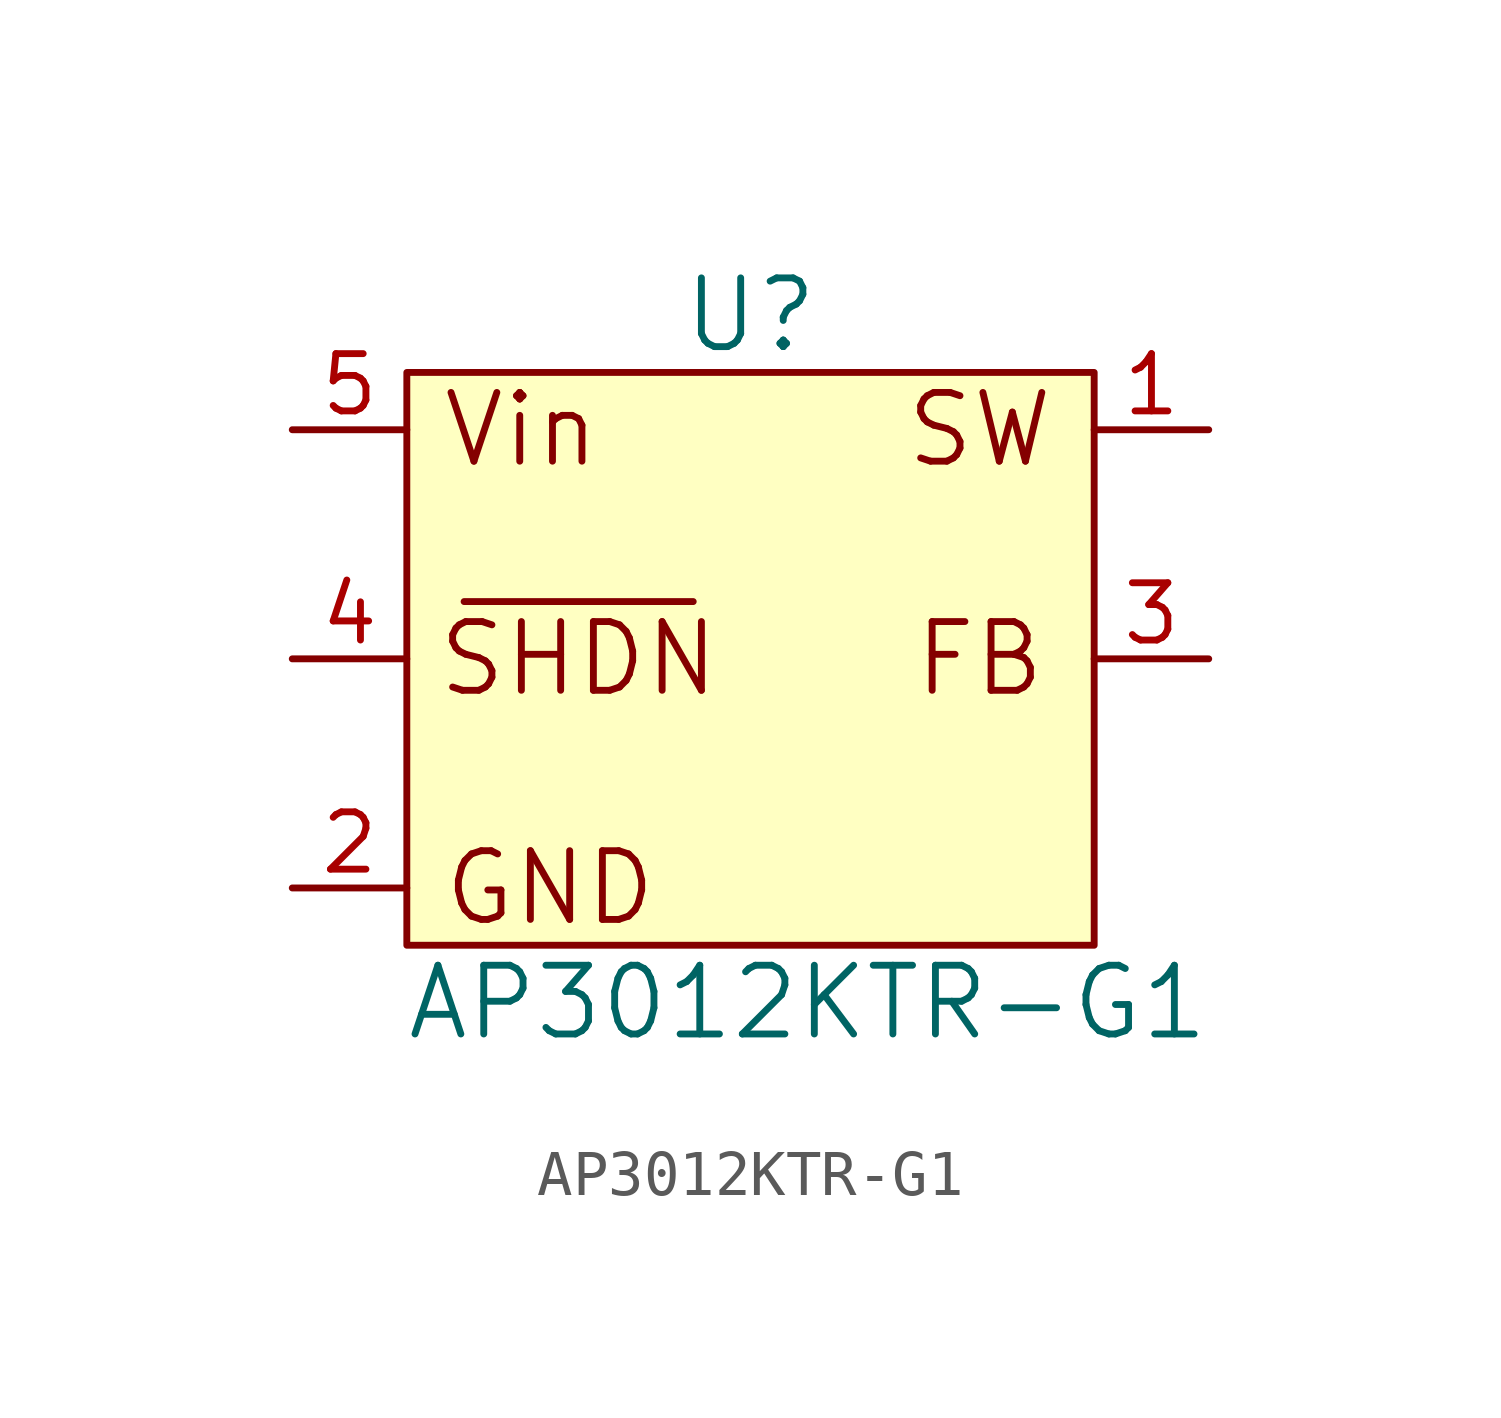
<source format=kicad_sym>
(kicad_symbol_lib
  (version 20241209)
  (generator "kicad_symbol_editor")
  (generator_version "9.0")
  (symbol "AP3012KTR-G1"
    (pin_names
      (offset 0)
      (hide yes))
    (property "Reference" "U"
      (at 0 7.62 0)
      (effects (font (size 1.524 1.524))))
    (property "Value" "AP3012KTR-G1"
      (at 1.27 -7.62 0)
      (effects (font (size 1.524 1.524))))
    (symbol "AP3012KTR-G1_0_0"
      (rectangle (start -7.62 6.35) (end 7.62 -6.35) (stroke (width 0) (type default)) (fill (type background)))
      (polyline (pts (xy -6.35 1.27) (xy -1.27 1.27)) (stroke (width 0) (type default)) (fill (type none)))
      (text "Vin" (at -5.08 5.08 0) (effects (font (size 1.524 1.524))))
      (text "GND" (at -4.445 -5.08 0) (effects (font (size 1.524 1.524))))
      (text "SHDN" (at -3.81 0 0) (effects (font (size 1.524 1.524))))
      (text "SW" (at 5.08 5.08 0) (effects (font (size 1.524 1.524))))
      (text "FB" (at 5.08 0 0) (effects (font (size 1.524 1.524)))))
    (symbol "AP3012KTR-G1_1_1"
      (pin input line (at -10.16 5.08 0) (length 2.54) (name "Vin" (effects (font (size 1.27 1.27)))) (number "5" (effects (font (size 1.27 1.27)))))
      (pin input line (at -10.16 0 0) (length 2.54) (name "SHDN" (effects (font (size 1.27 1.27)))) (number "4" (effects (font (size 1.27 1.27)))))
      (pin input line (at -10.16 -5.08 0) (length 2.54) (name "GND" (effects (font (size 1.27 1.27)))) (number "2" (effects (font (size 1.27 1.27)))))
      (pin input line (at 10.16 5.08 180) (length 2.54) (name "SW" (effects (font (size 1.27 1.27)))) (number "1" (effects (font (size 1.27 1.27)))))
      (pin input line (at 10.16 0 180) (length 2.54) (name "FB" (effects (font (size 1.27 1.27)))) (number "3" (effects (font (size 1.27 1.27))))))))
</source>
